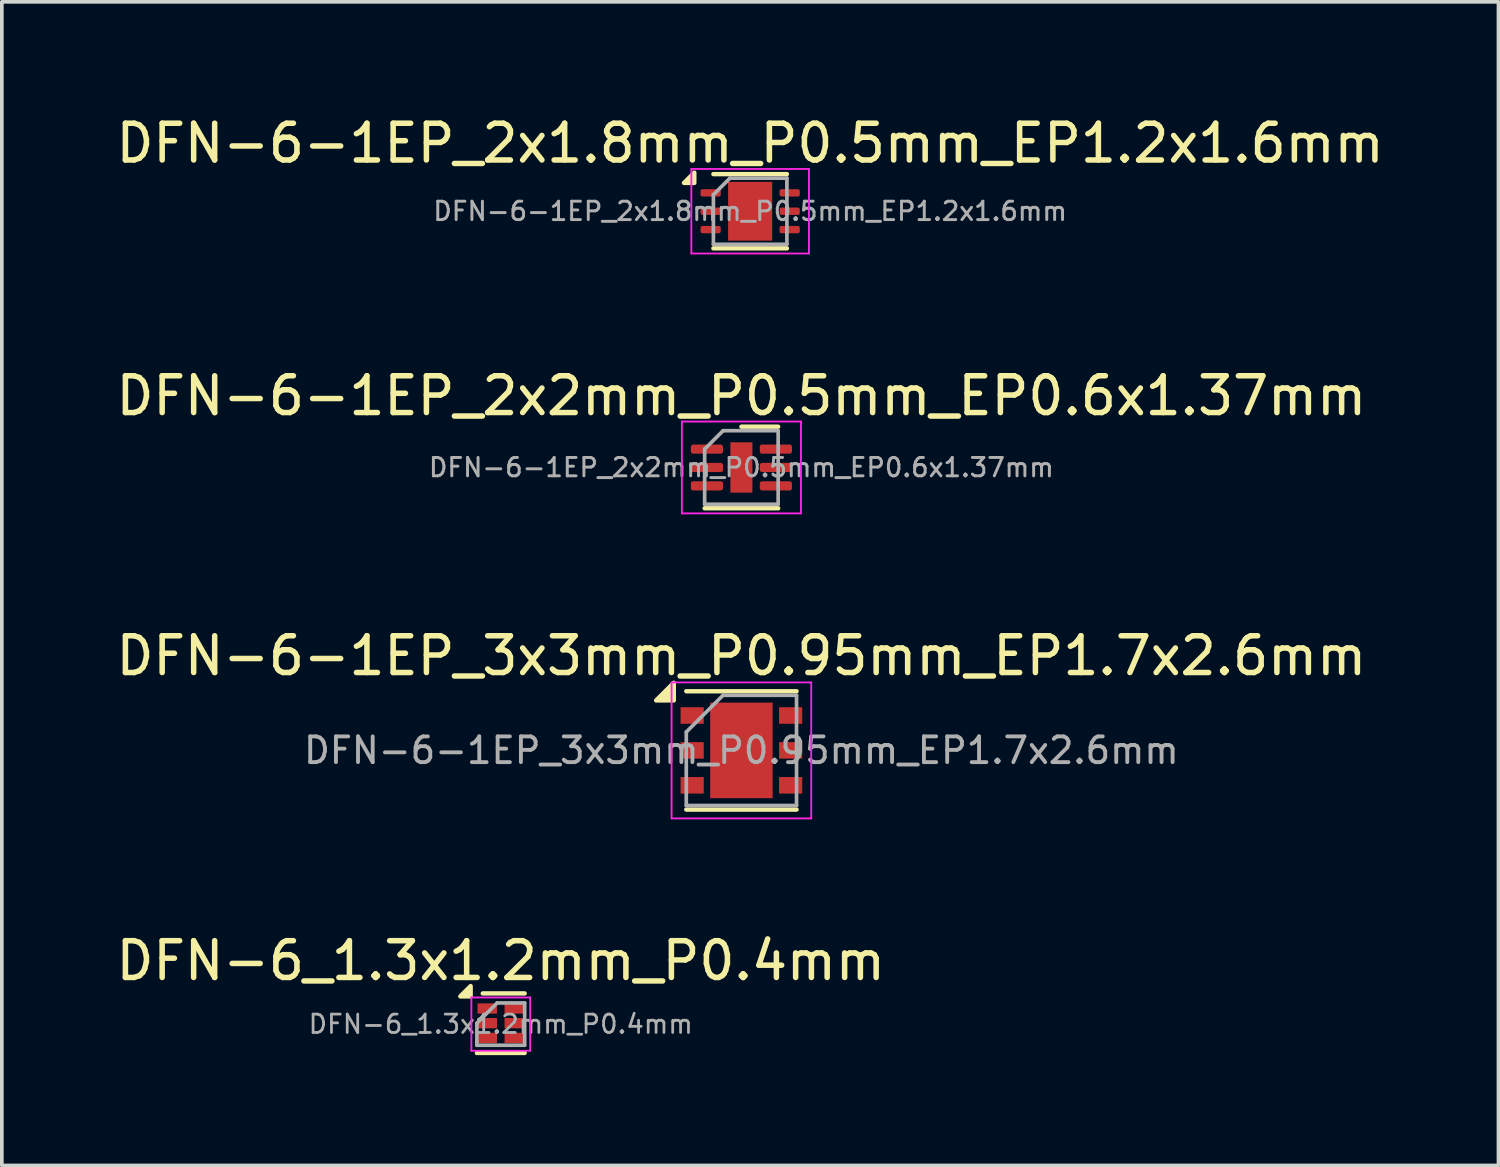
<source format=kicad_pcb>
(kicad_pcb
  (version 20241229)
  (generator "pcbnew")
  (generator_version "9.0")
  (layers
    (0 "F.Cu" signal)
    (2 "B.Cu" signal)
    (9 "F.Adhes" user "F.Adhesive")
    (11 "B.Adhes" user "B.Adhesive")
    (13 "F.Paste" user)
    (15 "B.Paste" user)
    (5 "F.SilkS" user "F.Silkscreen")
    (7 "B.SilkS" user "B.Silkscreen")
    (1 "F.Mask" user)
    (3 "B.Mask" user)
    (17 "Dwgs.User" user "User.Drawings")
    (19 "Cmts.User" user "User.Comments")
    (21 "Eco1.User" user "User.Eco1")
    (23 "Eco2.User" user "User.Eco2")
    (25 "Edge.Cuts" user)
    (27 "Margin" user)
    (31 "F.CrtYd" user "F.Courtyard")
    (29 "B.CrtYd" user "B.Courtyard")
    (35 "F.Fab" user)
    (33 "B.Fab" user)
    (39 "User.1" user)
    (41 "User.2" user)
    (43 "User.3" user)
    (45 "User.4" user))
  (footprint "DFN-6-1EP_2x1.8mm_P0.5mm_EP1.2x1.6mm"
    (layer "F.Cu")
    (at 17.363 2.698)
    (property "Reference" "DFN-6-1EP_2x1.8mm_P0.5mm_EP1.2x1.6mm" (at 0 -1.85 0) (layer "F.SilkS") (effects (font (size 1 1) (thickness 0.15))))
    (attr smd)
    (fp_line (start -1 -1.01) (end 1 -1.01) (stroke (width 0.12) (type solid)) (layer "F.SilkS"))
    (fp_line (start -1 1.01) (end 1 1.01) (stroke (width 0.12) (type solid)) (layer "F.SilkS"))
    (fp_poly (pts (xy -1.52 -0.77) (xy -1.8 -0.77) (xy -1.52 -1.05) (xy -1.52 -0.77)) (stroke (width 0.12) (type solid)) (fill yes) (layer "F.SilkS"))
    (fp_line (start -1.6 -1.15) (end -1.6 1.15) (stroke (width 0.05) (type solid)) (layer "F.CrtYd"))
    (fp_line (start -1.6 1.15) (end 1.6 1.15) (stroke (width 0.05) (type solid)) (layer "F.CrtYd"))
    (fp_line (start 1.6 -1.15) (end -1.6 -1.15) (stroke (width 0.05) (type solid)) (layer "F.CrtYd"))
    (fp_line (start 1.6 1.15) (end 1.6 -1.15) (stroke (width 0.05) (type solid)) (layer "F.CrtYd"))
    (fp_line (start -1 -0.45) (end -0.55 -0.9) (stroke (width 0.1) (type solid)) (layer "F.Fab"))
    (fp_line (start -1 0.9) (end -1 -0.45) (stroke (width 0.1) (type solid)) (layer "F.Fab"))
    (fp_line (start -0.55 -0.9) (end 1 -0.9) (stroke (width 0.1) (type solid)) (layer "F.Fab"))
    (fp_line (start 1 -0.9) (end 1 0.9) (stroke (width 0.1) (type solid)) (layer "F.Fab"))
    (fp_line (start 1 0.9) (end -1 0.9) (stroke (width 0.1) (type solid)) (layer "F.Fab"))
    (fp_text user "${REFERENCE}" (at 0 0 0) (layer "F.Fab") (effects (font (size 0.5 0.5) (thickness 0.08))))
    (pad "" smd roundrect (at -0.3 -0.4) (size 0.48 0.64) (layers "F.Paste") (roundrect_rratio 0.25))
    (pad "" smd roundrect (at -0.3 0.4) (size 0.48 0.64) (layers "F.Paste") (roundrect_rratio 0.25))
    (pad "" smd roundrect (at 0.3 -0.4) (size 0.48 0.64) (layers "F.Paste") (roundrect_rratio 0.25))
    (pad "" smd roundrect (at 0.3 0.4) (size 0.48 0.64) (layers "F.Paste") (roundrect_rratio 0.25))
    (pad "1" smd roundrect (at -1.075 -0.5) (size 0.55 0.2) (layers "F.Cu" "F.Mask" "F.Paste") (roundrect_rratio 0.25))
    (pad "2" smd roundrect (at -1.075 0) (size 0.55 0.2) (layers "F.Cu" "F.Mask" "F.Paste") (roundrect_rratio 0.25))
    (pad "3" smd roundrect (at -1.075 0.5) (size 0.55 0.2) (layers "F.Cu" "F.Mask" "F.Paste") (roundrect_rratio 0.25))
    (pad "4" smd roundrect (at 1.075 0.5) (size 0.55 0.2) (layers "F.Cu" "F.Mask" "F.Paste") (roundrect_rratio 0.25))
    (pad "5" smd roundrect (at 1.075 0) (size 0.55 0.2) (layers "F.Cu" "F.Mask" "F.Paste") (roundrect_rratio 0.25))
    (pad "6" smd roundrect (at 1.075 -0.5) (size 0.55 0.2) (layers "F.Cu" "F.Mask" "F.Paste") (roundrect_rratio 0.25))
    (pad "7" smd rect (at 0 0) (size 1.2 1.6) (property pad_prop_heatsink) (layers "F.Cu" "F.Mask")))
  (footprint "DFN-6-1EP_3x3mm_P0.95mm_EP1.7x2.6mm"
    (layer "F.Cu")
    (at 17.125 17.37)
    (property "Reference" "DFN-6-1EP_3x3mm_P0.95mm_EP1.7x2.6mm" (at 0 -2.575 0) (layer "F.SilkS") (effects (font (size 1 1) (thickness 0.15))))
    (attr smd)
    (fp_line (start -1.5 -1.61) (end 1.5 -1.61) (stroke (width 0.12) (type solid)) (layer "F.SilkS"))
    (fp_line (start -1.5 1.61) (end 1.5 1.61) (stroke (width 0.12) (type solid)) (layer "F.SilkS"))
    (fp_poly (pts (xy -1.84 -1.36) (xy -2.32 -1.36) (xy -1.84 -1.84) (xy -1.84 -1.36)) (stroke (width 0.12) (type solid)) (fill yes) (layer "F.SilkS"))
    (fp_line (start -1.9 -1.85) (end -1.9 1.85) (stroke (width 0.05) (type solid)) (layer "F.CrtYd"))
    (fp_line (start -1.9 -1.85) (end 1.9 -1.85) (stroke (width 0.05) (type solid)) (layer "F.CrtYd"))
    (fp_line (start -1.9 1.85) (end 1.9 1.85) (stroke (width 0.05) (type solid)) (layer "F.CrtYd"))
    (fp_line (start 1.9 -1.85) (end 1.9 1.85) (stroke (width 0.05) (type solid)) (layer "F.CrtYd"))
    (fp_line (start -1.5 -0.5) (end -0.5 -1.5) (stroke (width 0.1) (type solid)) (layer "F.Fab"))
    (fp_line (start -1.5 1.5) (end -1.5 -0.5) (stroke (width 0.1) (type solid)) (layer "F.Fab"))
    (fp_line (start -0.5 -1.5) (end 1.5 -1.5) (stroke (width 0.1) (type solid)) (layer "F.Fab"))
    (fp_line (start 1.5 -1.5) (end 1.5 1.5) (stroke (width 0.1) (type solid)) (layer "F.Fab"))
    (fp_line (start 1.5 1.5) (end -1.5 1.5) (stroke (width 0.1) (type solid)) (layer "F.Fab"))
    (fp_text user "${REFERENCE}" (at 0 0 0) (layer "F.Fab") (effects (font (size 0.7 0.7) (thickness 0.105))))
    (pad "" smd rect (at -0.425 -0.866) (size 0.66 0.73) (layers "F.Paste"))
    (pad "" smd rect (at -0.425 0) (size 0.66 0.73) (layers "F.Paste"))
    (pad "" smd rect (at -0.425 0.866) (size 0.66 0.73) (layers "F.Paste"))
    (pad "" smd rect (at 0.425 -0.866) (size 0.66 0.73) (layers "F.Paste"))
    (pad "" smd rect (at 0.425 0) (size 0.66 0.73) (layers "F.Paste"))
    (pad "" smd rect (at 0.425 0.866) (size 0.66 0.73) (layers "F.Paste"))
    (pad "1" smd rect (at -1.34 -0.95) (size 0.63 0.45) (layers "F.Cu" "F.Mask" "F.Paste"))
    (pad "2" smd rect (at -1.34 0) (size 0.63 0.45) (layers "F.Cu" "F.Mask" "F.Paste"))
    (pad "3" smd rect (at -1.34 0.95) (size 0.63 0.45) (layers "F.Cu" "F.Mask" "F.Paste"))
    (pad "4" smd rect (at 1.34 0.95) (size 0.63 0.45) (layers "F.Cu" "F.Mask" "F.Paste"))
    (pad "5" smd rect (at 1.34 0) (size 0.63 0.45) (layers "F.Cu" "F.Mask" "F.Paste"))
    (pad "6" smd rect (at 1.34 -0.95) (size 0.63 0.45) (layers "F.Cu" "F.Mask" "F.Paste"))
    (pad "7" smd rect (at 0 0) (size 1.7 2.6) (layers "F.Cu" "F.Mask")))
  (footprint "DFN-6_1.3x1.2mm_P0.4mm"
    (layer "F.Cu")
    (at 10.577 24.793)
    (property "Reference" "DFN-6_1.3x1.2mm_P0.4mm" (at 0 -1.7 0) (layer "F.SilkS") (effects (font (size 1 1) (thickness 0.15))))
    (attr smd)
    (fp_line (start -0.65 0.81) (end 0.65 0.81) (stroke (width 0.12) (type solid)) (layer "F.SilkS"))
    (fp_line (start -0.49 -0.81) (end 0.65 -0.81) (stroke (width 0.12) (type solid)) (layer "F.SilkS"))
    (fp_poly (pts (xy -0.82 -0.73) (xy -1.1 -0.73) (xy -0.82 -1.01) (xy -0.82 -0.73)) (stroke (width 0.12) (type solid)) (fill yes) (layer "F.SilkS"))
    (fp_line (start -0.8 -0.7) (end -0.8 0.75) (stroke (width 0.05) (type solid)) (layer "F.CrtYd"))
    (fp_line (start -0.8 -0.7) (end 0.8 -0.7) (stroke (width 0.05) (type solid)) (layer "F.CrtYd"))
    (fp_line (start 0.8 0.75) (end -0.8 0.75) (stroke (width 0.05) (type solid)) (layer "F.CrtYd"))
    (fp_line (start 0.8 0.75) (end 0.8 -0.7) (stroke (width 0.05) (type solid)) (layer "F.CrtYd"))
    (fp_line (start -0.65 0) (end -0.65 0.6) (stroke (width 0.1) (type solid)) (layer "F.Fab"))
    (fp_line (start -0.65 0.6) (end 0.65 0.6) (stroke (width 0.1) (type solid)) (layer "F.Fab"))
    (fp_line (start -0.1 -0.55) (end -0.65 0) (stroke (width 0.1) (type solid)) (layer "F.Fab"))
    (fp_line (start 0.65 -0.55) (end -0.1 -0.55) (stroke (width 0.1) (type solid)) (layer "F.Fab"))
    (fp_line (start 0.65 0.6) (end 0.65 -0.55) (stroke (width 0.1) (type solid)) (layer "F.Fab"))
    (fp_text user "${REFERENCE}" (at 0 0.025 0) (layer "F.Fab") (effects (font (size 0.5 0.5) (thickness 0.075))))
    (pad "1" smd rect (at -0.368 -0.4) (size 0.53 0.28) (layers "F.Cu" "F.Mask" "F.Paste"))
    (pad "2" smd rect (at -0.368 0) (size 0.53 0.28) (layers "F.Cu" "F.Mask" "F.Paste"))
    (pad "3" smd rect (at -0.368 0.4) (size 0.53 0.28) (layers "F.Cu" "F.Mask" "F.Paste"))
    (pad "4" smd rect (at 0.368 0.4) (size 0.53 0.28) (layers "F.Cu" "F.Mask" "F.Paste"))
    (pad "5" smd rect (at 0.368 0) (size 0.53 0.28) (layers "F.Cu" "F.Mask" "F.Paste"))
    (pad "6" smd rect (at 0.368 -0.4) (size 0.53 0.28) (layers "F.Cu" "F.Mask" "F.Paste")))
  (footprint "DFN-6-1EP_2x2mm_P0.5mm_EP0.6x1.37mm"
    (layer "F.Cu")
    (at 17.125 9.671)
    (property "Reference" "DFN-6-1EP_2x2mm_P0.5mm_EP0.6x1.37mm" (at 0 -1.95 0) (layer "F.SilkS") (effects (font (size 1 1) (thickness 0.15))))
    (attr smd)
    (fp_line (start -1 1.11) (end 1 1.11) (stroke (width 0.12) (type solid)) (layer "F.SilkS"))
    (fp_line (start 0 -1.11) (end 1 -1.11) (stroke (width 0.12) (type solid)) (layer "F.SilkS"))
    (fp_line (start -1.62 -1.25) (end -1.62 1.25) (stroke (width 0.05) (type solid)) (layer "F.CrtYd"))
    (fp_line (start -1.62 1.25) (end 1.62 1.25) (stroke (width 0.05) (type solid)) (layer "F.CrtYd"))
    (fp_line (start 1.62 -1.25) (end -1.62 -1.25) (stroke (width 0.05) (type solid)) (layer "F.CrtYd"))
    (fp_line (start 1.62 1.25) (end 1.62 -1.25) (stroke (width 0.05) (type solid)) (layer "F.CrtYd"))
    (fp_line (start -1 -0.5) (end -0.5 -1) (stroke (width 0.1) (type solid)) (layer "F.Fab"))
    (fp_line (start -1 1) (end -1 -0.5) (stroke (width 0.1) (type solid)) (layer "F.Fab"))
    (fp_line (start -0.5 -1) (end 1 -1) (stroke (width 0.1) (type solid)) (layer "F.Fab"))
    (fp_line (start 1 -1) (end 1 1) (stroke (width 0.1) (type solid)) (layer "F.Fab"))
    (fp_line (start 1 1) (end -1 1) (stroke (width 0.1) (type solid)) (layer "F.Fab"))
    (fp_text user "${REFERENCE}" (at 0 0 0) (layer "F.Fab") (effects (font (size 0.5 0.5) (thickness 0.08))))
    (pad "" smd roundrect (at 0 -0.34) (size 0.48 0.55) (layers "F.Paste") (roundrect_rratio 0.25))
    (pad "" smd roundrect (at 0 0.34) (size 0.48 0.55) (layers "F.Paste") (roundrect_rratio 0.25))
    (pad "1" smd roundrect (at -0.938 -0.5) (size 0.875 0.25) (layers "F.Cu" "F.Mask" "F.Paste") (roundrect_rratio 0.25))
    (pad "2" smd roundrect (at -0.938 0) (size 0.875 0.25) (layers "F.Cu" "F.Mask" "F.Paste") (roundrect_rratio 0.25))
    (pad "3" smd roundrect (at -0.938 0.5) (size 0.875 0.25) (layers "F.Cu" "F.Mask" "F.Paste") (roundrect_rratio 0.25))
    (pad "4" smd roundrect (at 0.938 0.5) (size 0.875 0.25) (layers "F.Cu" "F.Mask" "F.Paste") (roundrect_rratio 0.25))
    (pad "5" smd roundrect (at 0.938 0) (size 0.875 0.25) (layers "F.Cu" "F.Mask" "F.Paste") (roundrect_rratio 0.25))
    (pad "6" smd roundrect (at 0.938 -0.5) (size 0.875 0.25) (layers "F.Cu" "F.Mask" "F.Paste") (roundrect_rratio 0.25))
    (pad "7" smd rect (at 0 0) (size 0.6 1.37) (layers "F.Cu" "F.Mask")))
  (gr_rect
    (start -3 -3)
    (end 37.726 28.663)
    (stroke (width 0.1) (type default))
    (fill no)
    (layer "Edge.Cuts")))
</source>
